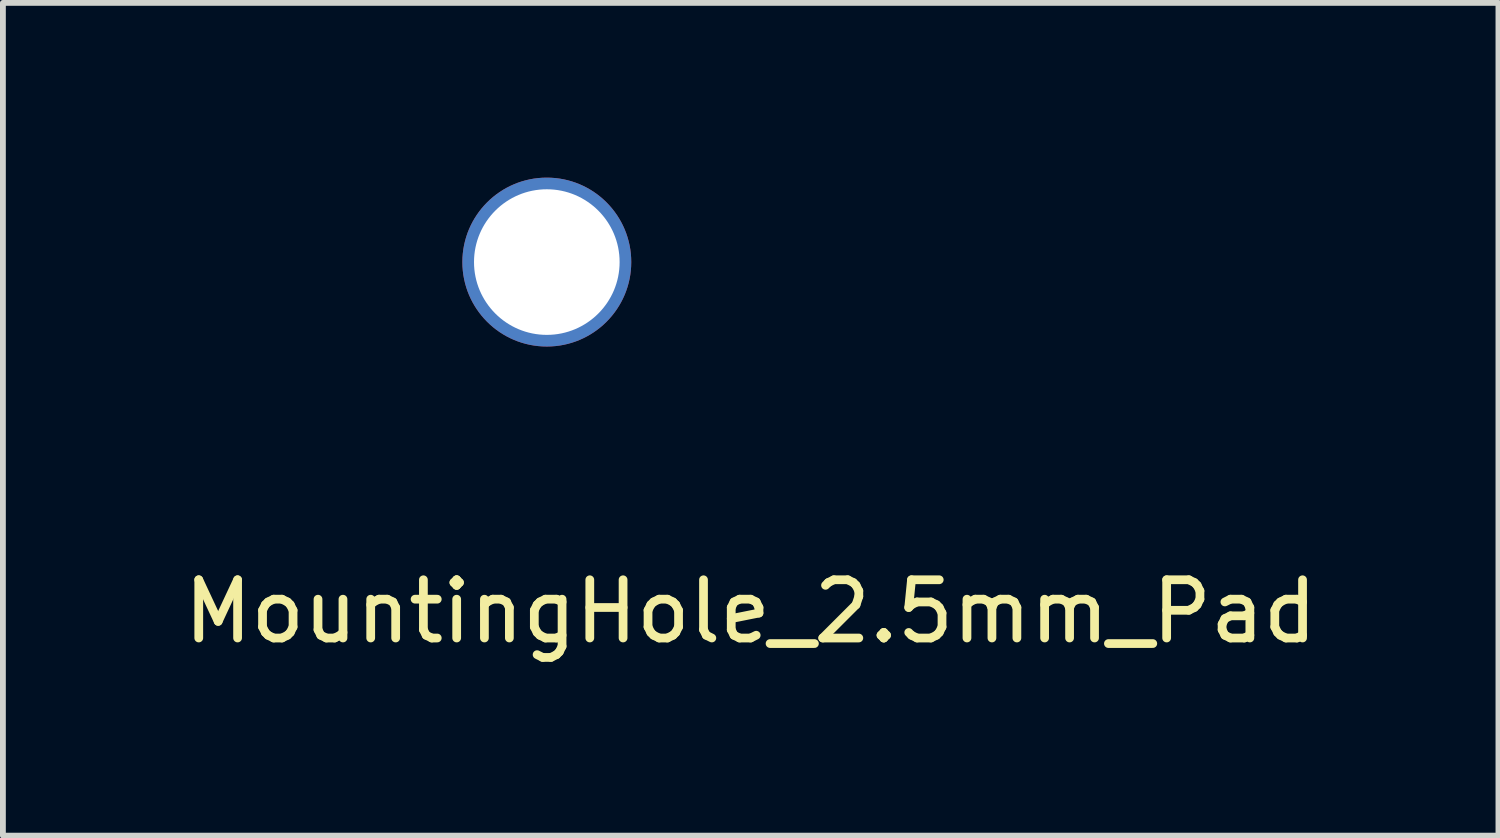
<source format=kicad_pcb>
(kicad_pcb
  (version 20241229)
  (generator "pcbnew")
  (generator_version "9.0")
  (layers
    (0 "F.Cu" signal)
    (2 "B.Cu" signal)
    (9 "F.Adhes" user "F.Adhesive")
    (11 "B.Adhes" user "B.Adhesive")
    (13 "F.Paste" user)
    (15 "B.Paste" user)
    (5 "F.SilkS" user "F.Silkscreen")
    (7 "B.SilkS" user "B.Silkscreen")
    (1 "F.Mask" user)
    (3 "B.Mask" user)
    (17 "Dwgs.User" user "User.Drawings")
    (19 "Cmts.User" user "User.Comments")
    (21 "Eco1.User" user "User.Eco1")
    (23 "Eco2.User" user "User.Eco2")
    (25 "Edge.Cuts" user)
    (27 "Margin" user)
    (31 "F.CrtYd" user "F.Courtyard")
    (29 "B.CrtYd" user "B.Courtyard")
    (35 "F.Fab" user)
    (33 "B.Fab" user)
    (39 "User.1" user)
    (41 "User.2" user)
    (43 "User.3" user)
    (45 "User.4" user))
  (footprint "MountingHole_2.5mm_Pad"
    (layer "F.Cu")
    (at 6.339 3.45)
    (property "Reference" "MountingHole_2.5mm_Pad" (at 3.5 4 0) (layer "F.SilkS") (effects (font (size 1 1) (thickness 0.15))))
    (attr exclude_from_pos_files exclude_from_bom)
    (pad "" np_thru_hole circle (at 0 -2) (size 2.9 2.9) (drill 2.5) (layers "*.Cu" "*.Mask")))
  (gr_rect
    (start -3 -3)
    (end 22.679 11.298)
    (stroke (width 0.1) (type default))
    (fill no)
    (layer "Edge.Cuts")))
</source>
